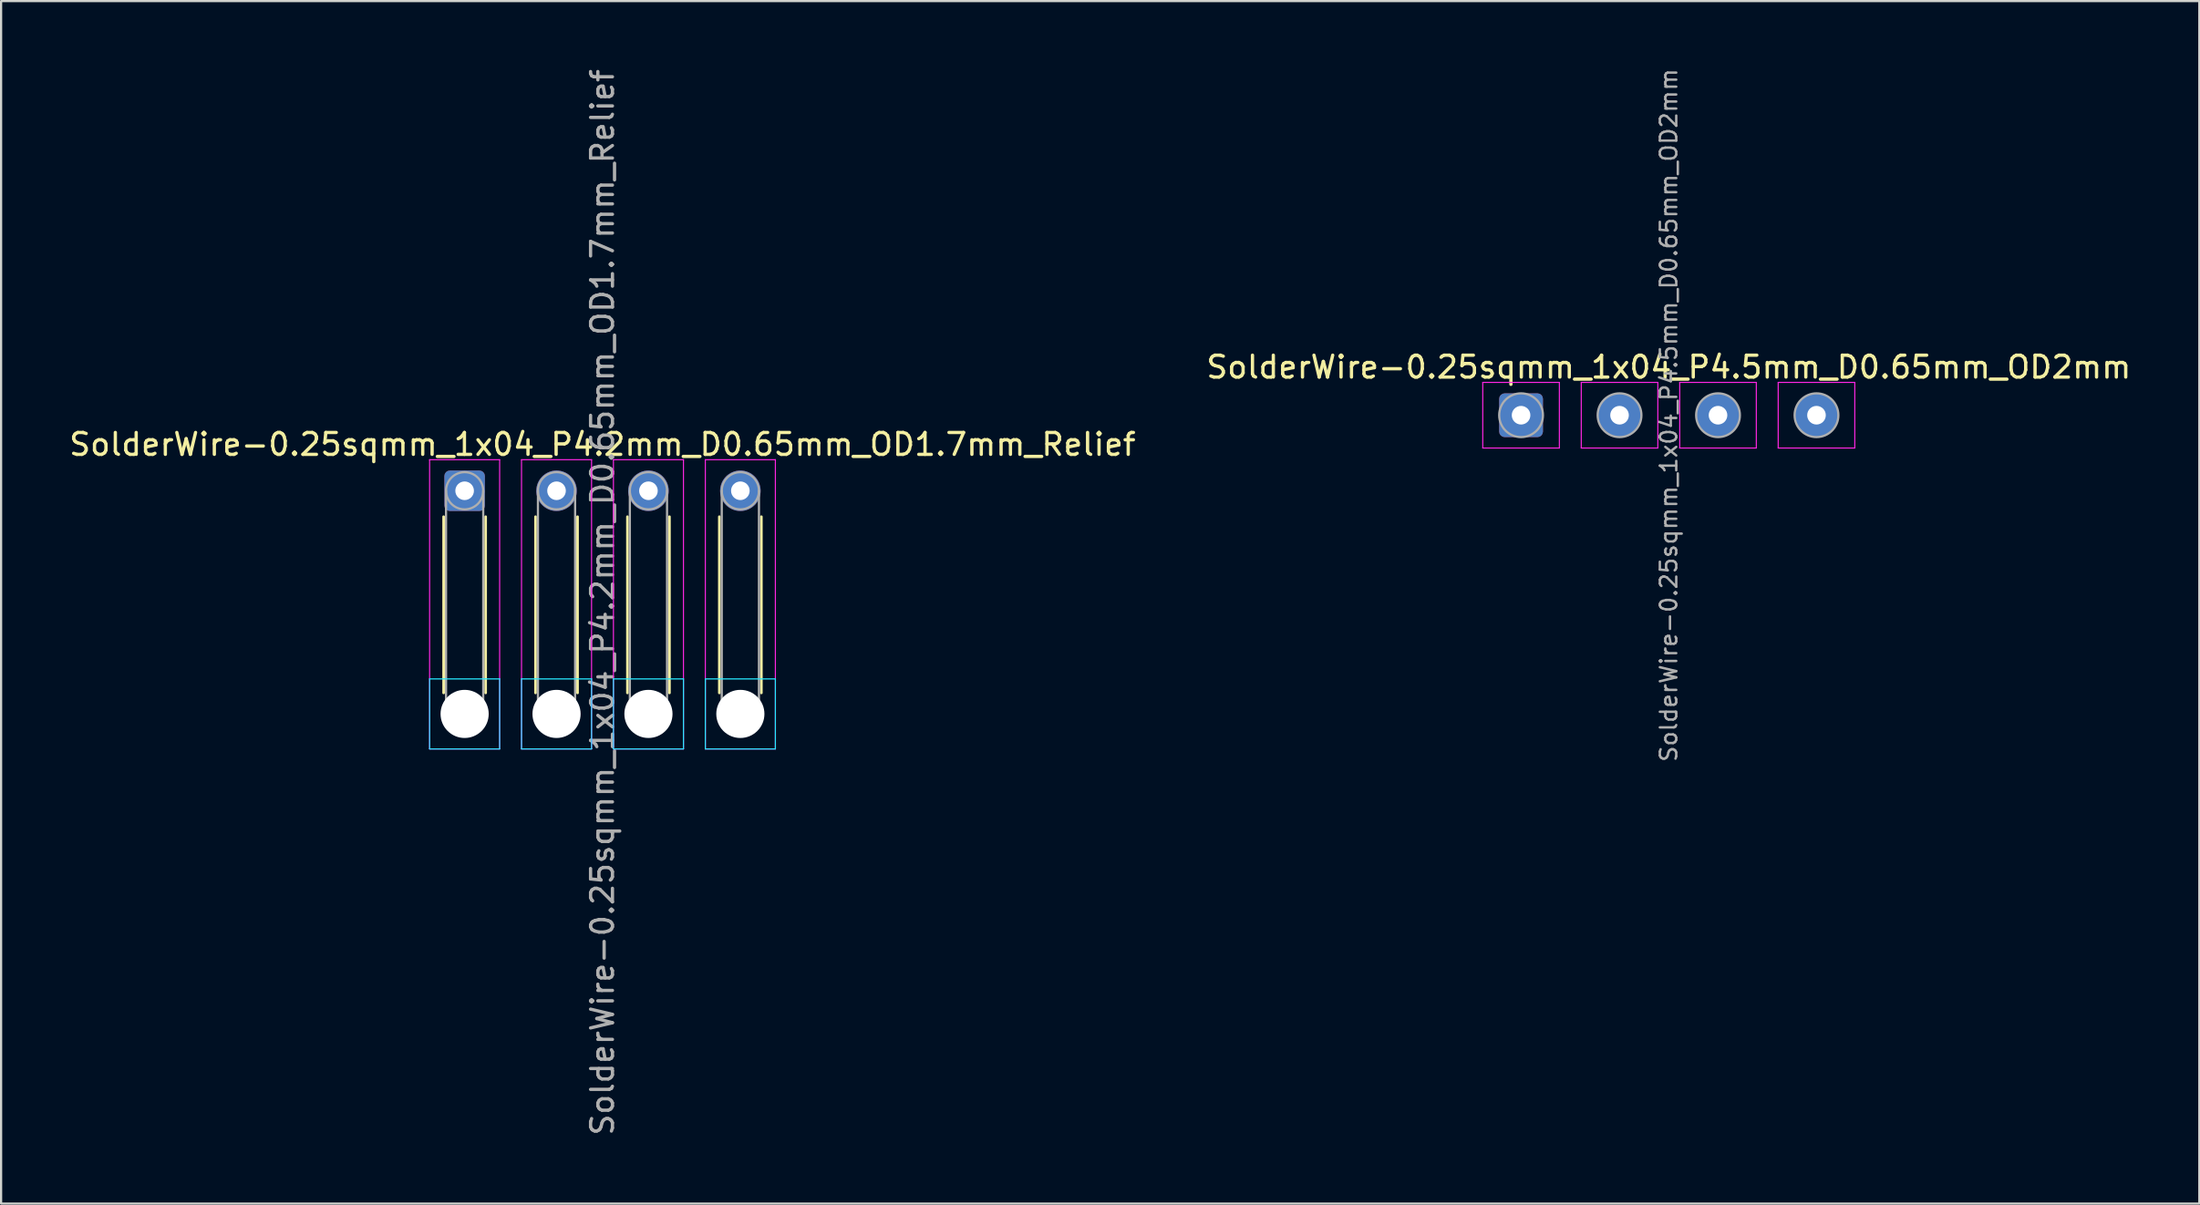
<source format=kicad_pcb>
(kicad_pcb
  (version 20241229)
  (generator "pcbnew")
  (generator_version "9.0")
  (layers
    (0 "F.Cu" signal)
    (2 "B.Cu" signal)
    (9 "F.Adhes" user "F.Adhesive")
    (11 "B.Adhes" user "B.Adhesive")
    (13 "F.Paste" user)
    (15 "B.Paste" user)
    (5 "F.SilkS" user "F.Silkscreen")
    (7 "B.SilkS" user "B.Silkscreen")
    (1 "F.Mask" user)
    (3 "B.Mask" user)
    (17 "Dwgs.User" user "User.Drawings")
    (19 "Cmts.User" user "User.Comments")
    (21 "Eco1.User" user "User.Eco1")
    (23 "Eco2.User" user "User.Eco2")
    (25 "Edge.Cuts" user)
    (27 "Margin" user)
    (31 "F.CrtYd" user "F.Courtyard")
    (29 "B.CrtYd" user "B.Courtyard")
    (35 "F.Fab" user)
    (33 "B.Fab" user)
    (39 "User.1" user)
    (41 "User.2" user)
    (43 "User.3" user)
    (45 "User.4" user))
  (footprint "SolderWire-0.25sqmm_1x04_P4.5mm_D0.65mm_OD2mm"
    (layer "F.Cu")
    (at 66.458 15.929)
    (property "Reference" "SolderWire-0.25sqmm_1x04_P4.5mm_D0.65mm_OD2mm" (at 6.75 -2.2 0) (layer "F.SilkS") (effects (font (size 1 1) (thickness 0.15))))
    (attr exclude_from_pos_files exclude_from_bom)
    (fp_line (start -1.75 -1.5) (end -1.75 1.5) (stroke (width 0.05) (type solid)) (layer "F.CrtYd"))
    (fp_line (start -1.75 1.5) (end 1.75 1.5) (stroke (width 0.05) (type solid)) (layer "F.CrtYd"))
    (fp_line (start 1.75 -1.5) (end -1.75 -1.5) (stroke (width 0.05) (type solid)) (layer "F.CrtYd"))
    (fp_line (start 1.75 1.5) (end 1.75 -1.5) (stroke (width 0.05) (type solid)) (layer "F.CrtYd"))
    (fp_line (start 2.75 -1.5) (end 2.75 1.5) (stroke (width 0.05) (type solid)) (layer "F.CrtYd"))
    (fp_line (start 2.75 1.5) (end 6.25 1.5) (stroke (width 0.05) (type solid)) (layer "F.CrtYd"))
    (fp_line (start 6.25 -1.5) (end 2.75 -1.5) (stroke (width 0.05) (type solid)) (layer "F.CrtYd"))
    (fp_line (start 6.25 1.5) (end 6.25 -1.5) (stroke (width 0.05) (type solid)) (layer "F.CrtYd"))
    (fp_line (start 7.25 -1.5) (end 7.25 1.5) (stroke (width 0.05) (type solid)) (layer "F.CrtYd"))
    (fp_line (start 7.25 1.5) (end 10.75 1.5) (stroke (width 0.05) (type solid)) (layer "F.CrtYd"))
    (fp_line (start 10.75 -1.5) (end 7.25 -1.5) (stroke (width 0.05) (type solid)) (layer "F.CrtYd"))
    (fp_line (start 10.75 1.5) (end 10.75 -1.5) (stroke (width 0.05) (type solid)) (layer "F.CrtYd"))
    (fp_line (start 11.75 -1.5) (end 11.75 1.5) (stroke (width 0.05) (type solid)) (layer "F.CrtYd"))
    (fp_line (start 11.75 1.5) (end 15.25 1.5) (stroke (width 0.05) (type solid)) (layer "F.CrtYd"))
    (fp_line (start 15.25 -1.5) (end 11.75 -1.5) (stroke (width 0.05) (type solid)) (layer "F.CrtYd"))
    (fp_line (start 15.25 1.5) (end 15.25 -1.5) (stroke (width 0.05) (type solid)) (layer "F.CrtYd"))
    (fp_circle (center 0 0) (end 1 0) (stroke (width 0.1) (type solid)) (fill no) (layer "F.Fab"))
    (fp_circle (center 4.5 0) (end 5.5 0) (stroke (width 0.1) (type solid)) (fill no) (layer "F.Fab"))
    (fp_circle (center 9 0) (end 10 0) (stroke (width 0.1) (type solid)) (fill no) (layer "F.Fab"))
    (fp_circle (center 13.5 0) (end 14.5 0) (stroke (width 0.1) (type solid)) (fill no) (layer "F.Fab"))
    (fp_text user "${REFERENCE}" (at 6.75 0 90) (layer "F.Fab") (effects (font (size 0.75 0.75) (thickness 0.11))))
    (pad "1" thru_hole roundrect (at 0 0) (size 2 2) (drill 0.85) (layers "*.Cu" "*.Mask") (roundrect_rratio 0.125))
    (pad "2" thru_hole circle (at 4.5 0) (size 2 2) (drill 0.85) (layers "*.Cu" "*.Mask"))
    (pad "3" thru_hole circle (at 9 0) (size 2 2) (drill 0.85) (layers "*.Cu" "*.Mask"))
    (pad "4" thru_hole circle (at 13.5 0) (size 2 2) (drill 0.85) (layers "*.Cu" "*.Mask")))
  (footprint "SolderWire-0.25sqmm_1x04_P4.2mm_D0.65mm_OD1.7mm_Relief"
    (layer "F.Cu")
    (at 18.182 19.382)
    (property "Reference" "SolderWire-0.25sqmm_1x04_P4.2mm_D0.65mm_OD1.7mm_Relief" (at 6.3 -2.12 0) (layer "F.SilkS") (effects (font (size 1 1) (thickness 0.15))))
    (attr exclude_from_pos_files exclude_from_bom)
    (fp_line (start -0.96 1.185) (end -0.96 9.24) (stroke (width 0.12) (type solid)) (layer "F.SilkS"))
    (fp_line (start 0.96 1.185) (end 0.96 9.24) (stroke (width 0.12) (type solid)) (layer "F.SilkS"))
    (fp_line (start 3.24 1.185) (end 3.24 9.24) (stroke (width 0.12) (type solid)) (layer "F.SilkS"))
    (fp_line (start 5.16 1.185) (end 5.16 9.24) (stroke (width 0.12) (type solid)) (layer "F.SilkS"))
    (fp_line (start 7.44 1.185) (end 7.44 9.24) (stroke (width 0.12) (type solid)) (layer "F.SilkS"))
    (fp_line (start 9.36 1.185) (end 9.36 9.24) (stroke (width 0.12) (type solid)) (layer "F.SilkS"))
    (fp_line (start 11.64 1.185) (end 11.64 9.24) (stroke (width 0.12) (type solid)) (layer "F.SilkS"))
    (fp_line (start 13.56 1.185) (end 13.56 9.24) (stroke (width 0.12) (type solid)) (layer "F.SilkS"))
    (fp_line (start -1.6 8.6) (end -1.6 11.8) (stroke (width 0.05) (type solid)) (layer "B.CrtYd"))
    (fp_line (start -1.6 11.8) (end 1.6 11.8) (stroke (width 0.05) (type solid)) (layer "B.CrtYd"))
    (fp_line (start 1.6 8.6) (end -1.6 8.6) (stroke (width 0.05) (type solid)) (layer "B.CrtYd"))
    (fp_line (start 1.6 11.8) (end 1.6 8.6) (stroke (width 0.05) (type solid)) (layer "B.CrtYd"))
    (fp_line (start 2.6 8.6) (end 2.6 11.8) (stroke (width 0.05) (type solid)) (layer "B.CrtYd"))
    (fp_line (start 2.6 11.8) (end 5.8 11.8) (stroke (width 0.05) (type solid)) (layer "B.CrtYd"))
    (fp_line (start 5.8 8.6) (end 2.6 8.6) (stroke (width 0.05) (type solid)) (layer "B.CrtYd"))
    (fp_line (start 5.8 11.8) (end 5.8 8.6) (stroke (width 0.05) (type solid)) (layer "B.CrtYd"))
    (fp_line (start 6.8 8.6) (end 6.8 11.8) (stroke (width 0.05) (type solid)) (layer "B.CrtYd"))
    (fp_line (start 6.8 11.8) (end 10 11.8) (stroke (width 0.05) (type solid)) (layer "B.CrtYd"))
    (fp_line (start 10 8.6) (end 6.8 8.6) (stroke (width 0.05) (type solid)) (layer "B.CrtYd"))
    (fp_line (start 10 11.8) (end 10 8.6) (stroke (width 0.05) (type solid)) (layer "B.CrtYd"))
    (fp_line (start 11 8.6) (end 11 11.8) (stroke (width 0.05) (type solid)) (layer "B.CrtYd"))
    (fp_line (start 11 11.8) (end 14.2 11.8) (stroke (width 0.05) (type solid)) (layer "B.CrtYd"))
    (fp_line (start 14.2 8.6) (end 11 8.6) (stroke (width 0.05) (type solid)) (layer "B.CrtYd"))
    (fp_line (start 14.2 11.8) (end 14.2 8.6) (stroke (width 0.05) (type solid)) (layer "B.CrtYd"))
    (fp_line (start -1.6 -1.42) (end -1.6 11.8) (stroke (width 0.05) (type solid)) (layer "F.CrtYd"))
    (fp_line (start -1.6 11.8) (end 1.6 11.8) (stroke (width 0.05) (type solid)) (layer "F.CrtYd"))
    (fp_line (start 1.6 -1.42) (end -1.6 -1.42) (stroke (width 0.05) (type solid)) (layer "F.CrtYd"))
    (fp_line (start 1.6 11.8) (end 1.6 -1.42) (stroke (width 0.05) (type solid)) (layer "F.CrtYd"))
    (fp_line (start 2.6 -1.42) (end 2.6 11.8) (stroke (width 0.05) (type solid)) (layer "F.CrtYd"))
    (fp_line (start 2.6 11.8) (end 5.8 11.8) (stroke (width 0.05) (type solid)) (layer "F.CrtYd"))
    (fp_line (start 5.8 -1.42) (end 2.6 -1.42) (stroke (width 0.05) (type solid)) (layer "F.CrtYd"))
    (fp_line (start 5.8 11.8) (end 5.8 -1.42) (stroke (width 0.05) (type solid)) (layer "F.CrtYd"))
    (fp_line (start 6.8 -1.42) (end 6.8 11.8) (stroke (width 0.05) (type solid)) (layer "F.CrtYd"))
    (fp_line (start 6.8 11.8) (end 10 11.8) (stroke (width 0.05) (type solid)) (layer "F.CrtYd"))
    (fp_line (start 10 -1.42) (end 6.8 -1.42) (stroke (width 0.05) (type solid)) (layer "F.CrtYd"))
    (fp_line (start 10 11.8) (end 10 -1.42) (stroke (width 0.05) (type solid)) (layer "F.CrtYd"))
    (fp_line (start 11 -1.42) (end 11 11.8) (stroke (width 0.05) (type solid)) (layer "F.CrtYd"))
    (fp_line (start 11 11.8) (end 14.2 11.8) (stroke (width 0.05) (type solid)) (layer "F.CrtYd"))
    (fp_line (start 14.2 -1.42) (end 11 -1.42) (stroke (width 0.05) (type solid)) (layer "F.CrtYd"))
    (fp_line (start 14.2 11.8) (end 14.2 -1.42) (stroke (width 0.05) (type solid)) (layer "F.CrtYd"))
    (fp_line (start -0.85 0) (end -0.85 10.2) (stroke (width 0.1) (type solid)) (layer "F.Fab"))
    (fp_line (start 0.85 0) (end 0.85 10.2) (stroke (width 0.1) (type solid)) (layer "F.Fab"))
    (fp_line (start 3.35 0) (end 3.35 10.2) (stroke (width 0.1) (type solid)) (layer "F.Fab"))
    (fp_line (start 5.05 0) (end 5.05 10.2) (stroke (width 0.1) (type solid)) (layer "F.Fab"))
    (fp_line (start 7.55 0) (end 7.55 10.2) (stroke (width 0.1) (type solid)) (layer "F.Fab"))
    (fp_line (start 9.25 0) (end 9.25 10.2) (stroke (width 0.1) (type solid)) (layer "F.Fab"))
    (fp_line (start 11.75 0) (end 11.75 10.2) (stroke (width 0.1) (type solid)) (layer "F.Fab"))
    (fp_line (start 13.45 0) (end 13.45 10.2) (stroke (width 0.1) (type solid)) (layer "F.Fab"))
    (fp_circle (center 0 0) (end 0.85 0) (stroke (width 0.1) (type solid)) (fill no) (layer "F.Fab"))
    (fp_circle (center 0 10.2) (end 0.85 10.2) (stroke (width 0.1) (type solid)) (fill no) (layer "F.Fab"))
    (fp_circle (center 4.2 0) (end 5.05 0) (stroke (width 0.1) (type solid)) (fill no) (layer "F.Fab"))
    (fp_circle (center 4.2 10.2) (end 5.05 10.2) (stroke (width 0.1) (type solid)) (fill no) (layer "F.Fab"))
    (fp_circle (center 8.4 0) (end 9.25 0) (stroke (width 0.1) (type solid)) (fill no) (layer "F.Fab"))
    (fp_circle (center 8.4 10.2) (end 9.25 10.2) (stroke (width 0.1) (type solid)) (fill no) (layer "F.Fab"))
    (fp_circle (center 12.6 0) (end 13.45 0) (stroke (width 0.1) (type solid)) (fill no) (layer "F.Fab"))
    (fp_circle (center 12.6 10.2) (end 13.45 10.2) (stroke (width 0.1) (type solid)) (fill no) (layer "F.Fab"))
    (fp_text user "${REFERENCE}" (at 6.3 5.1 90) (layer "F.Fab") (effects (font (size 1 1) (thickness 0.15))))
    (pad "" np_thru_hole circle (at 0 10.2) (size 2.2 2.2) (drill 2.2) (layers "*.Cu" "*.Mask"))
    (pad "" np_thru_hole circle (at 4.2 10.2) (size 2.2 2.2) (drill 2.2) (layers "*.Cu" "*.Mask"))
    (pad "" np_thru_hole circle (at 8.4 10.2) (size 2.2 2.2) (drill 2.2) (layers "*.Cu" "*.Mask"))
    (pad "" np_thru_hole circle (at 12.6 10.2) (size 2.2 2.2) (drill 2.2) (layers "*.Cu" "*.Mask"))
    (pad "1" thru_hole roundrect (at 0 0) (size 1.85 1.85) (drill 0.85) (layers "*.Cu" "*.Mask") (roundrect_rratio 0.135))
    (pad "2" thru_hole circle (at 4.2 0) (size 1.85 1.85) (drill 0.85) (layers "*.Cu" "*.Mask"))
    (pad "3" thru_hole circle (at 8.4 0) (size 1.85 1.85) (drill 0.85) (layers "*.Cu" "*.Mask"))
    (pad "4" thru_hole circle (at 12.6 0) (size 1.85 1.85) (drill 0.85) (layers "*.Cu" "*.Mask")))
  (gr_rect
    (start -3 -3)
    (end 97.452 51.964)
    (stroke (width 0.1) (type default))
    (fill no)
    (layer "Edge.Cuts")))
</source>
